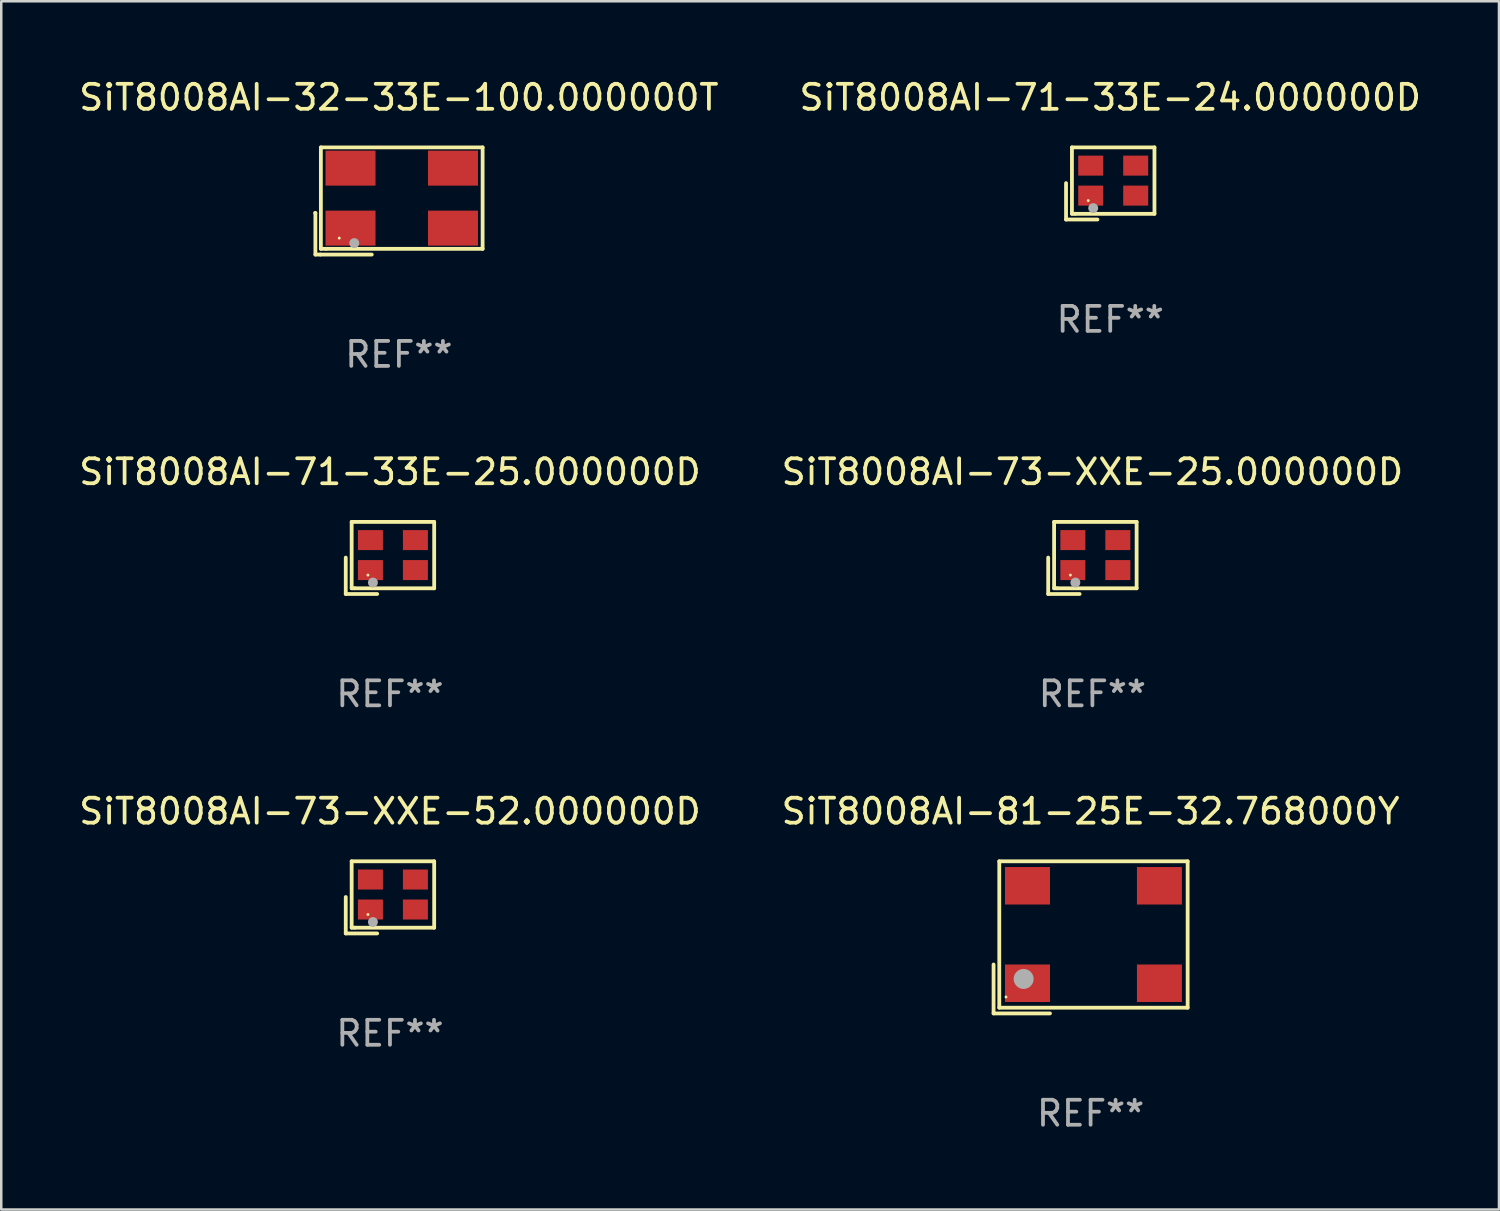
<source format=kicad_pcb>
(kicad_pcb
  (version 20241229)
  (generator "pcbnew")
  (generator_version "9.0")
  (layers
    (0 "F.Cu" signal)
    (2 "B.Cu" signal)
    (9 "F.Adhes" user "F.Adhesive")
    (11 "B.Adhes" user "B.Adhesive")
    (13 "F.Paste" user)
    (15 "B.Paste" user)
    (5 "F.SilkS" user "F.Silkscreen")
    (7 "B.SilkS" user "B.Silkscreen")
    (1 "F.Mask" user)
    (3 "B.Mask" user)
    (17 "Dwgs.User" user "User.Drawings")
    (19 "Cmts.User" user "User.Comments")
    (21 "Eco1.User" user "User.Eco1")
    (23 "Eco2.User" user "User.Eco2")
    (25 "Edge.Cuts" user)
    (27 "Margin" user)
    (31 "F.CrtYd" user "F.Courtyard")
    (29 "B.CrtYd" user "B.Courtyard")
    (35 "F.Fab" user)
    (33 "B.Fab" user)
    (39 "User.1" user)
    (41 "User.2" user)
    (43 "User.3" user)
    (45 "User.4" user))
  (footprint "SiT8008AI-73-XXE-25.000000D"
    (layer "F.Cu")
    (at 40.661 19.275)
    (property "Reference" "SiT8008AI-73-XXE-25.000000D" (at 0 -3.443 0) (layer "F.SilkS") (effects (font (size 1 1) (thickness 0.15))))
    (attr through_hole)
    (fp_line (start -1.769 -0.014) (end -1.769 1.443) (stroke (width 0.152) (type solid)) (layer "F.SilkS"))
    (fp_line (start -1.769 1.443) (end -0.512 1.443) (stroke (width 0.152) (type solid)) (layer "F.SilkS"))
    (fp_line (start -1.533 -1.443) (end 1.769 -1.443) (stroke (width 0.152) (type solid)) (layer "F.SilkS"))
    (fp_line (start -1.533 1.214) (end -1.533 -1.443) (stroke (width 0.152) (type solid)) (layer "F.SilkS"))
    (fp_line (start -1.411 1.214) (end -1.533 1.214) (stroke (width 0.152) (type solid)) (layer "F.SilkS"))
    (fp_line (start 1.769 -1.443) (end 1.769 1.214) (stroke (width 0.152) (type solid)) (layer "F.SilkS"))
    (fp_line (start 1.769 1.214) (end -1.411 1.214) (stroke (width 0.152) (type solid)) (layer "F.SilkS"))
    (fp_circle (center -0.882 0.686) (end -0.852 0.686) (stroke (width 0.06) (type solid)) (fill no) (layer "F.SilkS"))
    (fp_circle (center -0.682 0.986) (end -0.582 0.986) (stroke (width 0.2) (type solid)) (fill no) (layer "F.Fab"))
    (fp_text user "REF**" (at 0 5.443 0) (layer "F.Fab") (effects (font (size 1 1) (thickness 0.15))))
    (pad "1" smd rect (at -0.782 0.486 90) (size 0.8 1) (layers "F.Cu" "F.Mask" "F.Paste"))
    (pad "2" smd rect (at 1.018 0.486 90) (size 0.8 1) (layers "F.Cu" "F.Mask" "F.Paste"))
    (pad "3" smd rect (at 1.018 -0.714 90) (size 0.8 1) (layers "F.Cu" "F.Mask" "F.Paste"))
    (pad "4" smd rect (at -0.782 -0.714 90) (size 0.8 1) (layers "F.Cu" "F.Mask" "F.Paste")))
  (footprint "SiT8008AI-32-33E-100.000000T"
    (layer "F.Cu")
    (at 12.911 4.992)
    (property "Reference" "SiT8008AI-32-33E-100.000000T" (at 0 -4.144 0) (layer "F.SilkS") (effects (font (size 1 1) (thickness 0.15))))
    (attr through_hole)
    (fp_line (start -3.35 0.476) (end -3.341 0.485) (stroke (width 0.152) (type solid)) (layer "F.SilkS"))
    (fp_line (start -3.341 0.485) (end -3.341 2.144) (stroke (width 0.152) (type solid)) (layer "F.SilkS"))
    (fp_line (start -3.341 2.144) (end -3.143 2.144) (stroke (width 0.152) (type solid)) (layer "F.SilkS"))
    (fp_line (start -3.143 2.144) (end -1.085 2.144) (stroke (width 0.152) (type solid)) (layer "F.SilkS"))
    (fp_line (start -3.122 -2.144) (end 3.35 -2.144) (stroke (width 0.152) (type solid)) (layer "F.SilkS"))
    (fp_line (start -3.122 1.915) (end -3.122 -2.144) (stroke (width 0.152) (type solid)) (layer "F.SilkS"))
    (fp_line (start -2.914 1.915) (end -3.122 1.915) (stroke (width 0.152) (type solid)) (layer "F.SilkS"))
    (fp_line (start 3.35 -2.144) (end 3.35 1.915) (stroke (width 0.152) (type solid)) (layer "F.SilkS"))
    (fp_line (start 3.35 1.915) (end -2.914 1.915) (stroke (width 0.152) (type solid)) (layer "F.SilkS"))
    (fp_circle (center -2.386 1.486) (end -2.356 1.486) (stroke (width 0.06) (type solid)) (fill no) (layer "F.SilkS"))
    (fp_circle (center -1.786 1.686) (end -1.686 1.686) (stroke (width 0.2) (type solid)) (fill no) (layer "F.Fab"))
    (fp_text user "REF**" (at 0 6.144 0) (layer "F.Fab") (effects (font (size 1 1) (thickness 0.15))))
    (pad "1" smd rect (at -1.936 1.086) (size 2 1.4) (layers "F.Cu" "F.Mask" "F.Paste"))
    (pad "2" smd rect (at 2.164 1.086) (size 2 1.4) (layers "F.Cu" "F.Mask" "F.Paste"))
    (pad "3" smd rect (at 2.164 -1.314) (size 2 1.4) (layers "F.Cu" "F.Mask" "F.Paste"))
    (pad "4" smd rect (at -1.936 -1.314) (size 2 1.4) (layers "F.Cu" "F.Mask" "F.Paste")))
  (footprint "SiT8008AI-71-33E-25.000000D"
    (layer "F.Cu")
    (at 12.554 19.275)
    (property "Reference" "SiT8008AI-71-33E-25.000000D" (at 0 -3.443 0) (layer "F.SilkS") (effects (font (size 1 1) (thickness 0.15))))
    (attr through_hole)
    (fp_line (start -1.769 -0.014) (end -1.769 1.443) (stroke (width 0.152) (type solid)) (layer "F.SilkS"))
    (fp_line (start -1.769 1.443) (end -0.512 1.443) (stroke (width 0.152) (type solid)) (layer "F.SilkS"))
    (fp_line (start -1.533 -1.443) (end 1.769 -1.443) (stroke (width 0.152) (type solid)) (layer "F.SilkS"))
    (fp_line (start -1.533 1.214) (end -1.533 -1.443) (stroke (width 0.152) (type solid)) (layer "F.SilkS"))
    (fp_line (start -1.411 1.214) (end -1.533 1.214) (stroke (width 0.152) (type solid)) (layer "F.SilkS"))
    (fp_line (start 1.769 -1.443) (end 1.769 1.214) (stroke (width 0.152) (type solid)) (layer "F.SilkS"))
    (fp_line (start 1.769 1.214) (end -1.411 1.214) (stroke (width 0.152) (type solid)) (layer "F.SilkS"))
    (fp_circle (center -0.882 0.686) (end -0.852 0.686) (stroke (width 0.06) (type solid)) (fill no) (layer "F.SilkS"))
    (fp_circle (center -0.682 0.986) (end -0.582 0.986) (stroke (width 0.2) (type solid)) (fill no) (layer "F.Fab"))
    (fp_text user "REF**" (at 0 5.443 0) (layer "F.Fab") (effects (font (size 1 1) (thickness 0.15))))
    (pad "1" smd rect (at -0.782 0.486 90) (size 0.8 1) (layers "F.Cu" "F.Mask" "F.Paste"))
    (pad "2" smd rect (at 1.018 0.486 90) (size 0.8 1) (layers "F.Cu" "F.Mask" "F.Paste"))
    (pad "3" smd rect (at 1.018 -0.714 90) (size 0.8 1) (layers "F.Cu" "F.Mask" "F.Paste"))
    (pad "4" smd rect (at -0.782 -0.714 90) (size 0.8 1) (layers "F.Cu" "F.Mask" "F.Paste")))
  (footprint "SiT8008AI-73-XXE-52.000000D"
    (layer "F.Cu")
    (at 12.554 32.857)
    (property "Reference" "SiT8008AI-73-XXE-52.000000D" (at 0 -3.443 0) (layer "F.SilkS") (effects (font (size 1 1) (thickness 0.15))))
    (attr through_hole)
    (fp_line (start -1.769 -0.014) (end -1.769 1.443) (stroke (width 0.152) (type solid)) (layer "F.SilkS"))
    (fp_line (start -1.769 1.443) (end -0.512 1.443) (stroke (width 0.152) (type solid)) (layer "F.SilkS"))
    (fp_line (start -1.533 -1.443) (end 1.769 -1.443) (stroke (width 0.152) (type solid)) (layer "F.SilkS"))
    (fp_line (start -1.533 1.214) (end -1.533 -1.443) (stroke (width 0.152) (type solid)) (layer "F.SilkS"))
    (fp_line (start -1.411 1.214) (end -1.533 1.214) (stroke (width 0.152) (type solid)) (layer "F.SilkS"))
    (fp_line (start 1.769 -1.443) (end 1.769 1.214) (stroke (width 0.152) (type solid)) (layer "F.SilkS"))
    (fp_line (start 1.769 1.214) (end -1.411 1.214) (stroke (width 0.152) (type solid)) (layer "F.SilkS"))
    (fp_circle (center -0.882 0.686) (end -0.852 0.686) (stroke (width 0.06) (type solid)) (fill no) (layer "F.SilkS"))
    (fp_circle (center -0.682 0.986) (end -0.582 0.986) (stroke (width 0.2) (type solid)) (fill no) (layer "F.Fab"))
    (fp_text user "REF**" (at 0 5.443 0) (layer "F.Fab") (effects (font (size 1 1) (thickness 0.15))))
    (pad "1" smd rect (at -0.782 0.486 90) (size 0.8 1) (layers "F.Cu" "F.Mask" "F.Paste"))
    (pad "2" smd rect (at 1.018 0.486 90) (size 0.8 1) (layers "F.Cu" "F.Mask" "F.Paste"))
    (pad "3" smd rect (at 1.018 -0.714 90) (size 0.8 1) (layers "F.Cu" "F.Mask" "F.Paste"))
    (pad "4" smd rect (at -0.782 -0.714 90) (size 0.8 1) (layers "F.Cu" "F.Mask" "F.Paste")))
  (footprint "SiT8008AI-81-25E-32.768000Y"
    (layer "F.Cu")
    (at 40.589 34.457)
    (property "Reference" "SiT8008AI-81-25E-32.768000Y" (at 0 -5.043 0) (layer "F.SilkS") (effects (font (size 1 1) (thickness 0.15))))
    (attr through_hole)
    (fp_line (start -3.883 1.086) (end -3.883 3.043) (stroke (width 0.152) (type solid)) (layer "F.SilkS"))
    (fp_line (start -3.883 3.043) (end -1.626 3.043) (stroke (width 0.152) (type solid)) (layer "F.SilkS"))
    (fp_line (start -3.654 -3.043) (end 3.883 -3.043) (stroke (width 0.152) (type solid)) (layer "F.SilkS"))
    (fp_line (start -3.654 2.814) (end -3.654 -3.043) (stroke (width 0.152) (type solid)) (layer "F.SilkS"))
    (fp_line (start 3.883 -3.043) (end 3.883 2.814) (stroke (width 0.152) (type solid)) (layer "F.SilkS"))
    (fp_line (start 3.883 2.814) (end -3.654 2.814) (stroke (width 0.152) (type solid)) (layer "F.SilkS"))
    (fp_circle (center -3.386 2.386) (end -3.356 2.386) (stroke (width 0.06) (type solid)) (fill no) (layer "F.SilkS"))
    (fp_circle (center -2.68 1.664) (end -2.48 1.664) (stroke (width 0.4) (type solid)) (fill no) (layer "F.Fab"))
    (fp_text user "REF**" (at 0 7.043 0) (layer "F.Fab") (effects (font (size 1 1) (thickness 0.15))))
    (pad "1" smd rect (at -2.526 1.836) (size 1.8 1.5) (layers "F.Cu" "F.Mask" "F.Paste"))
    (pad "2" smd rect (at 2.754 1.836) (size 1.8 1.5) (layers "F.Cu" "F.Mask" "F.Paste"))
    (pad "3" smd rect (at 2.754 -2.064) (size 1.8 1.5) (layers "F.Cu" "F.Mask" "F.Paste"))
    (pad "4" smd rect (at -2.526 -2.064) (size 1.8 1.5) (layers "F.Cu" "F.Mask" "F.Paste")))
  (footprint "SiT8008AI-71-33E-24.000000D"
    (layer "F.Cu")
    (at 41.375 4.291)
    (property "Reference" "SiT8008AI-71-33E-24.000000D" (at 0 -3.443 0) (layer "F.SilkS") (effects (font (size 1 1) (thickness 0.15))))
    (attr through_hole)
    (fp_line (start -1.769 -0.014) (end -1.769 1.443) (stroke (width 0.152) (type solid)) (layer "F.SilkS"))
    (fp_line (start -1.769 1.443) (end -0.512 1.443) (stroke (width 0.152) (type solid)) (layer "F.SilkS"))
    (fp_line (start -1.533 -1.443) (end 1.769 -1.443) (stroke (width 0.152) (type solid)) (layer "F.SilkS"))
    (fp_line (start -1.533 1.214) (end -1.533 -1.443) (stroke (width 0.152) (type solid)) (layer "F.SilkS"))
    (fp_line (start -1.411 1.214) (end -1.533 1.214) (stroke (width 0.152) (type solid)) (layer "F.SilkS"))
    (fp_line (start 1.769 -1.443) (end 1.769 1.214) (stroke (width 0.152) (type solid)) (layer "F.SilkS"))
    (fp_line (start 1.769 1.214) (end -1.411 1.214) (stroke (width 0.152) (type solid)) (layer "F.SilkS"))
    (fp_circle (center -0.882 0.686) (end -0.852 0.686) (stroke (width 0.06) (type solid)) (fill no) (layer "F.SilkS"))
    (fp_circle (center -0.682 0.986) (end -0.582 0.986) (stroke (width 0.2) (type solid)) (fill no) (layer "F.Fab"))
    (fp_text user "REF**" (at 0 5.443 0) (layer "F.Fab") (effects (font (size 1 1) (thickness 0.15))))
    (pad "1" smd rect (at -0.782 0.486 90) (size 0.8 1) (layers "F.Cu" "F.Mask" "F.Paste"))
    (pad "2" smd rect (at 1.018 0.486 90) (size 0.8 1) (layers "F.Cu" "F.Mask" "F.Paste"))
    (pad "3" smd rect (at 1.018 -0.714 90) (size 0.8 1) (layers "F.Cu" "F.Mask" "F.Paste"))
    (pad "4" smd rect (at -0.782 -0.714 90) (size 0.8 1) (layers "F.Cu" "F.Mask" "F.Paste")))
  (gr_rect
    (start -3 -3)
    (end 56.929 45.348)
    (stroke (width 0.1) (type default))
    (fill no)
    (layer "Edge.Cuts")))
</source>
